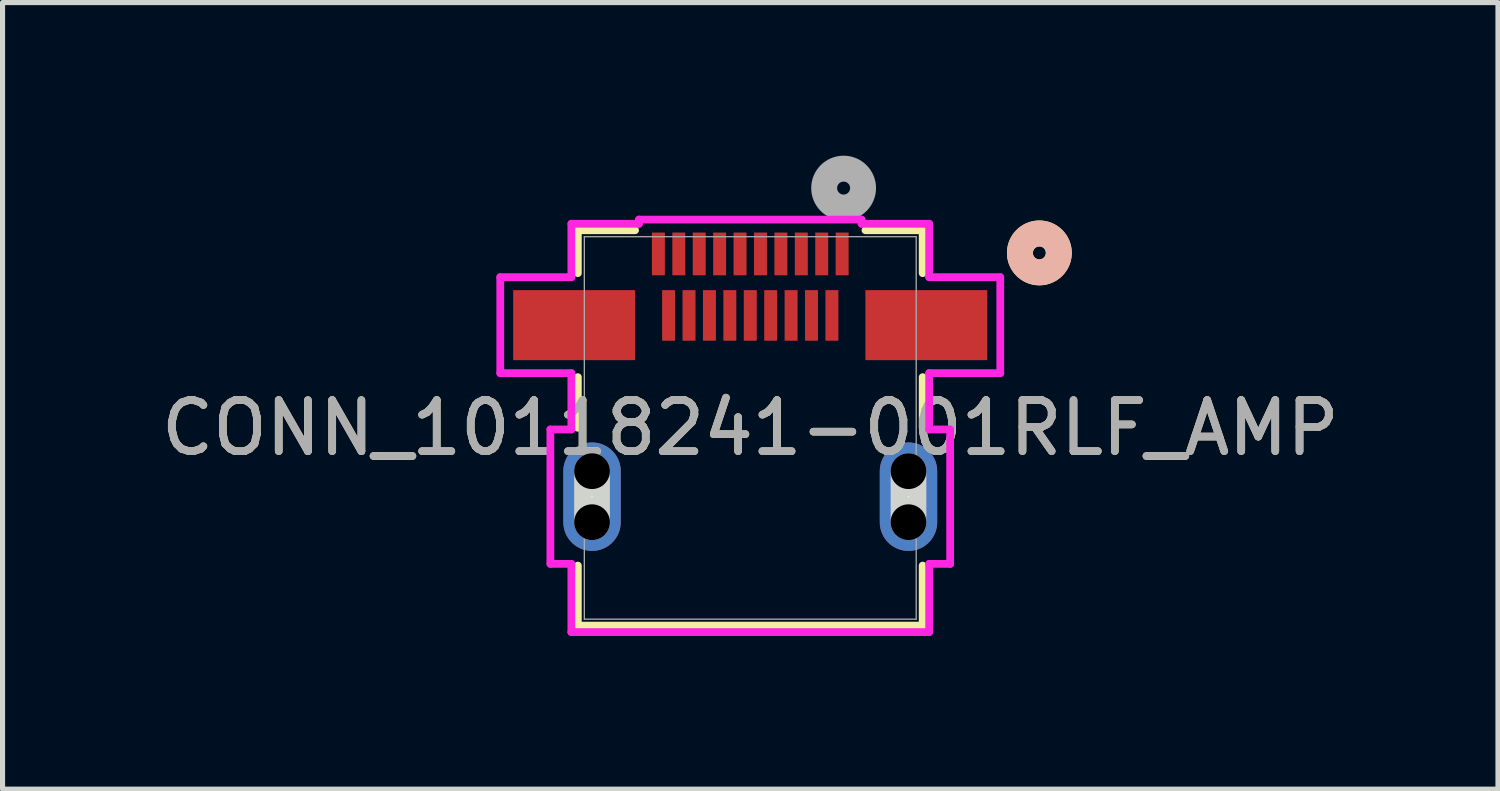
<source format=kicad_pcb>
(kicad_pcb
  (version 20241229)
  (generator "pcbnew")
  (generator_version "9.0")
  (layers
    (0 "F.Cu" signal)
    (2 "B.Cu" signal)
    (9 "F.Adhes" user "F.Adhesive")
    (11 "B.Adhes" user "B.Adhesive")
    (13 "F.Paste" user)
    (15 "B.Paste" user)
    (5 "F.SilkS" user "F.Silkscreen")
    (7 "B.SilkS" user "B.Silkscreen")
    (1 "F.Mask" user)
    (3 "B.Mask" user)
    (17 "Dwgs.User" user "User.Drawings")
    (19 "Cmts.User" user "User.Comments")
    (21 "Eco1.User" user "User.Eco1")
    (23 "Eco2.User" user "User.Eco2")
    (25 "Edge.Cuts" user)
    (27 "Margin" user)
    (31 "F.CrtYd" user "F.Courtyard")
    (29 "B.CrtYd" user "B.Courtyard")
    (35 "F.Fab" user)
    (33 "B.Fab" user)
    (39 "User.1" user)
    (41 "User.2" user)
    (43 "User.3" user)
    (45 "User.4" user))
  (footprint "CONN_10118241-001RLF_AMP"
    (layer "F.Cu")
    (at 11.649 5.334)
    (property "Reference" "CONN_10118241-001RLF_AMP" (at 0 0 0) (unlocked yes) (layer "F.SilkS") (effects (font (size 1 1) (thickness 0.15))))
    (attr smd)
    (fp_line (start -3.378 -3.873) (end -2.257 -3.873) (stroke (width 0.152) (type solid)) (layer "F.SilkS"))
    (fp_line (start -3.378 -3.032) (end -3.378 -3.873) (stroke (width 0.152) (type solid)) (layer "F.SilkS"))
    (fp_line (start -3.378 -0.004) (end -3.378 -0.995) (stroke (width 0.152) (type solid)) (layer "F.SilkS"))
    (fp_line (start -3.378 3.873) (end -3.378 2.697) (stroke (width 0.152) (type solid)) (layer "F.SilkS"))
    (fp_line (start 2.257 -3.873) (end 3.378 -3.873) (stroke (width 0.152) (type solid)) (layer "F.SilkS"))
    (fp_line (start 3.378 -3.873) (end 3.378 -3.032) (stroke (width 0.152) (type solid)) (layer "F.SilkS"))
    (fp_line (start 3.378 -0.995) (end 3.378 -0.004) (stroke (width 0.152) (type solid)) (layer "F.SilkS"))
    (fp_line (start 3.378 2.697) (end 3.378 3.873) (stroke (width 0.152) (type solid)) (layer "F.SilkS"))
    (fp_line (start 3.378 3.873) (end -3.378 3.873) (stroke (width 0.152) (type solid)) (layer "F.SilkS"))
    (fp_circle (center 5.664 -3.429) (end 6.045 -3.429) (stroke (width 0.508) (type solid)) (fill no) (layer "F.SilkS"))
    (fp_circle (center 5.664 -3.429) (end 6.045 -3.429) (stroke (width 0.508) (type solid)) (fill no) (layer "B.SilkS"))
    (fp_line (start -3.1 1.847) (end -3.1 0.847) (stroke (width 0.7) (type solid)) (layer "Edge.Cuts"))
    (fp_line (start 3.1 1.847) (end 3.1 0.847) (stroke (width 0.7) (type solid)) (layer "Edge.Cuts"))
    (fp_line (start -4.898 -2.954) (end -4.898 -1.074) (stroke (width 0.152) (type solid)) (layer "F.CrtYd"))
    (fp_line (start -4.898 -1.074) (end -3.505 -1.074) (stroke (width 0.152) (type solid)) (layer "F.CrtYd"))
    (fp_line (start -3.916 0.03) (end -3.916 2.663) (stroke (width 0.152) (type solid)) (layer "F.CrtYd"))
    (fp_line (start -3.916 2.663) (end -3.505 2.663) (stroke (width 0.152) (type solid)) (layer "F.CrtYd"))
    (fp_line (start -3.505 -4) (end -3.505 -2.954) (stroke (width 0.152) (type solid)) (layer "F.CrtYd"))
    (fp_line (start -3.505 -2.954) (end -4.898 -2.954) (stroke (width 0.152) (type solid)) (layer "F.CrtYd"))
    (fp_line (start -3.505 -1.074) (end -3.505 0.03) (stroke (width 0.152) (type solid)) (layer "F.CrtYd"))
    (fp_line (start -3.505 0.03) (end -3.916 0.03) (stroke (width 0.152) (type solid)) (layer "F.CrtYd"))
    (fp_line (start -3.505 2.663) (end -3.505 4) (stroke (width 0.152) (type solid)) (layer "F.CrtYd"))
    (fp_line (start -3.505 4) (end 3.505 4) (stroke (width 0.152) (type solid)) (layer "F.CrtYd"))
    (fp_line (start -2.181 -4.082) (end -2.181 -4) (stroke (width 0.152) (type solid)) (layer "F.CrtYd"))
    (fp_line (start -2.181 -4) (end -3.505 -4) (stroke (width 0.152) (type solid)) (layer "F.CrtYd"))
    (fp_line (start 2.181 -4.082) (end -2.181 -4.082) (stroke (width 0.152) (type solid)) (layer "F.CrtYd"))
    (fp_line (start 2.181 -4) (end 2.181 -4.082) (stroke (width 0.152) (type solid)) (layer "F.CrtYd"))
    (fp_line (start 3.505 -4) (end 2.181 -4) (stroke (width 0.152) (type solid)) (layer "F.CrtYd"))
    (fp_line (start 3.505 -2.954) (end 3.505 -4) (stroke (width 0.152) (type solid)) (layer "F.CrtYd"))
    (fp_line (start 3.505 -1.074) (end 4.898 -1.074) (stroke (width 0.152) (type solid)) (layer "F.CrtYd"))
    (fp_line (start 3.505 0.03) (end 3.505 -1.074) (stroke (width 0.152) (type solid)) (layer "F.CrtYd"))
    (fp_line (start 3.505 2.663) (end 3.916 2.663) (stroke (width 0.152) (type solid)) (layer "F.CrtYd"))
    (fp_line (start 3.505 4) (end 3.505 2.663) (stroke (width 0.152) (type solid)) (layer "F.CrtYd"))
    (fp_line (start 3.916 0.03) (end 3.505 0.03) (stroke (width 0.152) (type solid)) (layer "F.CrtYd"))
    (fp_line (start 3.916 2.663) (end 3.916 0.03) (stroke (width 0.152) (type solid)) (layer "F.CrtYd"))
    (fp_line (start 4.898 -2.954) (end 3.505 -2.954) (stroke (width 0.152) (type solid)) (layer "F.CrtYd"))
    (fp_line (start 4.898 -1.074) (end 4.898 -2.954) (stroke (width 0.152) (type solid)) (layer "F.CrtYd"))
    (fp_line (start -3.251 -3.747) (end -3.251 3.747) (stroke (width 0.025) (type solid)) (layer "F.Fab"))
    (fp_line (start -3.251 3.747) (end 3.251 3.747) (stroke (width 0.025) (type solid)) (layer "F.Fab"))
    (fp_line (start 3.251 -3.747) (end -3.251 -3.747) (stroke (width 0.025) (type solid)) (layer "F.Fab"))
    (fp_line (start 3.251 3.747) (end 3.251 -3.747) (stroke (width 0.025) (type solid)) (layer "F.Fab"))
    (fp_circle (center 1.829 -4.699) (end 2.21 -4.699) (stroke (width 0.508) (type solid)) (fill no) (layer "F.Fab"))
    (fp_text user "${REFERENCE}" (at 0 0 0) (unlocked yes) (layer "F.Fab") (effects (font (size 1 1) (thickness 0.15))))
    (pad "" np_thru_hole circle (at -3.1 0.847) (size 0.7 0.7) (drill 0.7) (layers))
    (pad "" np_thru_hole circle (at -3.1 1.847) (size 0.7 0.7) (drill 0.7) (layers))
    (pad "" np_thru_hole circle (at 3.1 0.847) (size 0.7 0.7) (drill 0.7) (layers))
    (pad "" np_thru_hole circle (at 3.1 1.847) (size 0.7 0.7) (drill 0.7) (layers))
    (pad "1" smd rect (at 1.8 -3.409) (size 0.254 0.838) (layers "F.Cu" "F.Mask" "F.Paste"))
    (pad "2" smd rect (at 1.6 -2.204) (size 0.254 0.991) (layers "F.Cu" "F.Mask" "F.Paste"))
    (pad "3" smd rect (at 1.4 -3.409) (size 0.254 0.838) (layers "F.Cu" "F.Mask" "F.Paste"))
    (pad "4" smd rect (at 1.2 -2.204) (size 0.254 0.991) (layers "F.Cu" "F.Mask" "F.Paste"))
    (pad "5" smd rect (at 1 -3.409) (size 0.254 0.838) (layers "F.Cu" "F.Mask" "F.Paste"))
    (pad "6" smd rect (at 0.8 -2.204) (size 0.254 0.991) (layers "F.Cu" "F.Mask" "F.Paste"))
    (pad "7" smd rect (at 0.6 -3.409) (size 0.254 0.838) (layers "F.Cu" "F.Mask" "F.Paste"))
    (pad "8" smd rect (at 0.4 -2.204) (size 0.254 0.991) (layers "F.Cu" "F.Mask" "F.Paste"))
    (pad "9" smd rect (at 0.2 -3.409) (size 0.254 0.838) (layers "F.Cu" "F.Mask" "F.Paste"))
    (pad "10" smd rect (at 0 -2.204) (size 0.254 0.991) (layers "F.Cu" "F.Mask" "F.Paste"))
    (pad "11" smd rect (at -0.2 -3.409) (size 0.254 0.838) (layers "F.Cu" "F.Mask" "F.Paste"))
    (pad "12" smd rect (at -0.4 -2.204) (size 0.254 0.991) (layers "F.Cu" "F.Mask" "F.Paste"))
    (pad "13" smd rect (at -0.6 -3.409) (size 0.254 0.838) (layers "F.Cu" "F.Mask" "F.Paste"))
    (pad "14" smd rect (at -0.8 -2.204) (size 0.254 0.991) (layers "F.Cu" "F.Mask" "F.Paste"))
    (pad "15" smd rect (at -1 -3.409) (size 0.254 0.838) (layers "F.Cu" "F.Mask" "F.Paste"))
    (pad "16" smd rect (at -1.2 -2.204) (size 0.254 0.991) (layers "F.Cu" "F.Mask" "F.Paste"))
    (pad "17" smd rect (at -1.4 -3.409) (size 0.254 0.838) (layers "F.Cu" "F.Mask" "F.Paste"))
    (pad "18" smd rect (at -1.6 -2.204) (size 0.254 0.991) (layers "F.Cu" "F.Mask" "F.Paste"))
    (pad "19" smd rect (at -1.8 -3.409) (size 0.254 0.838) (layers "F.Cu" "F.Mask" "F.Paste"))
    (pad "20" smd rect (at -3.45 -2.014) (size 2.388 1.372) (layers "F.Cu" "F.Mask" "F.Paste"))
    (pad "21" smd rect (at 3.45 -2.014) (size 2.388 1.372) (layers "F.Cu" "F.Mask" "F.Paste"))
    (pad "22" thru_hole oval (at -3.1 1.347 90) (size 2.125 1.125) (drill 0.025) (layers "*.Cu" "*.Mask"))
    (pad "23" thru_hole oval (at 3.1 1.347 90) (size 2.125 1.125) (drill 0.025) (layers "*.Cu" "*.Mask")))
  (gr_rect
    (start -3 -3)
    (end 26.298 12.411)
    (stroke (width 0.1) (type default))
    (fill no)
    (layer "Edge.Cuts")))
</source>
